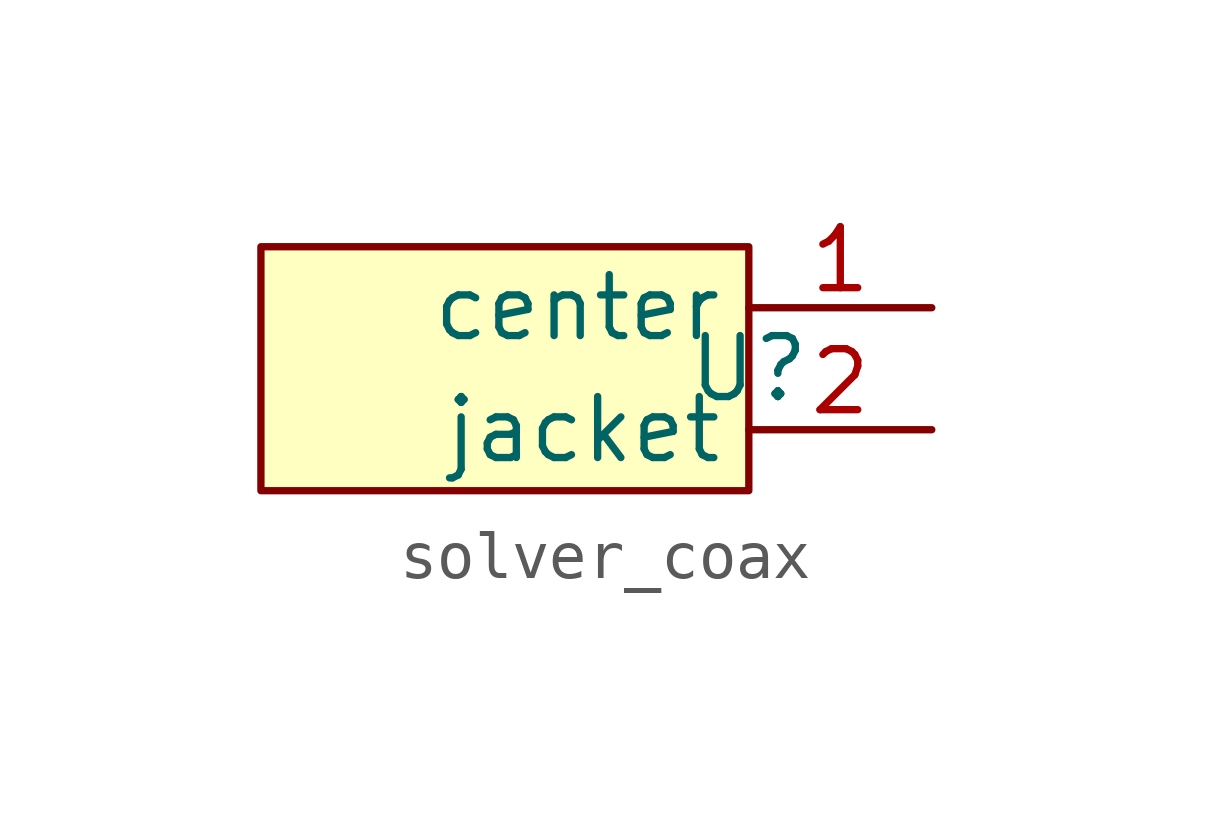
<source format=kicad_sym>
(kicad_symbol_lib
  (version 20220914)
  (generator kicad_symbol_editor)
  (symbol "solver_coax"
    (property "Reference" "U"
      (at 0 0 0)
      (effects (font (size 1.27 1.27))))
    (property "Value" ""
      (at 0 0 0)
      (effects (font (size 1.27 1.27))))
    (symbol "solver_coax_0_1"
      (polyline (pts (xy 0 2.54) (xy -10.16 2.54) (xy -10.16 -2.54) (xy 0 -2.54) (xy 0 2.54)) (stroke (width 0) (type default)) (fill (type background))))
    (symbol "solver_coax_1_1"
      (pin passive line (at 3.81 1.27 180) (length 3.81) (name "center" (effects (font (size 1.27 1.27)))) (number "1" (effects (font (size 1.27 1.27)))))
      (pin passive line (at 3.81 -1.27 180) (length 3.81) (name "jacket" (effects (font (size 1.27 1.27)))) (number "2" (effects (font (size 1.27 1.27))))))))
</source>
